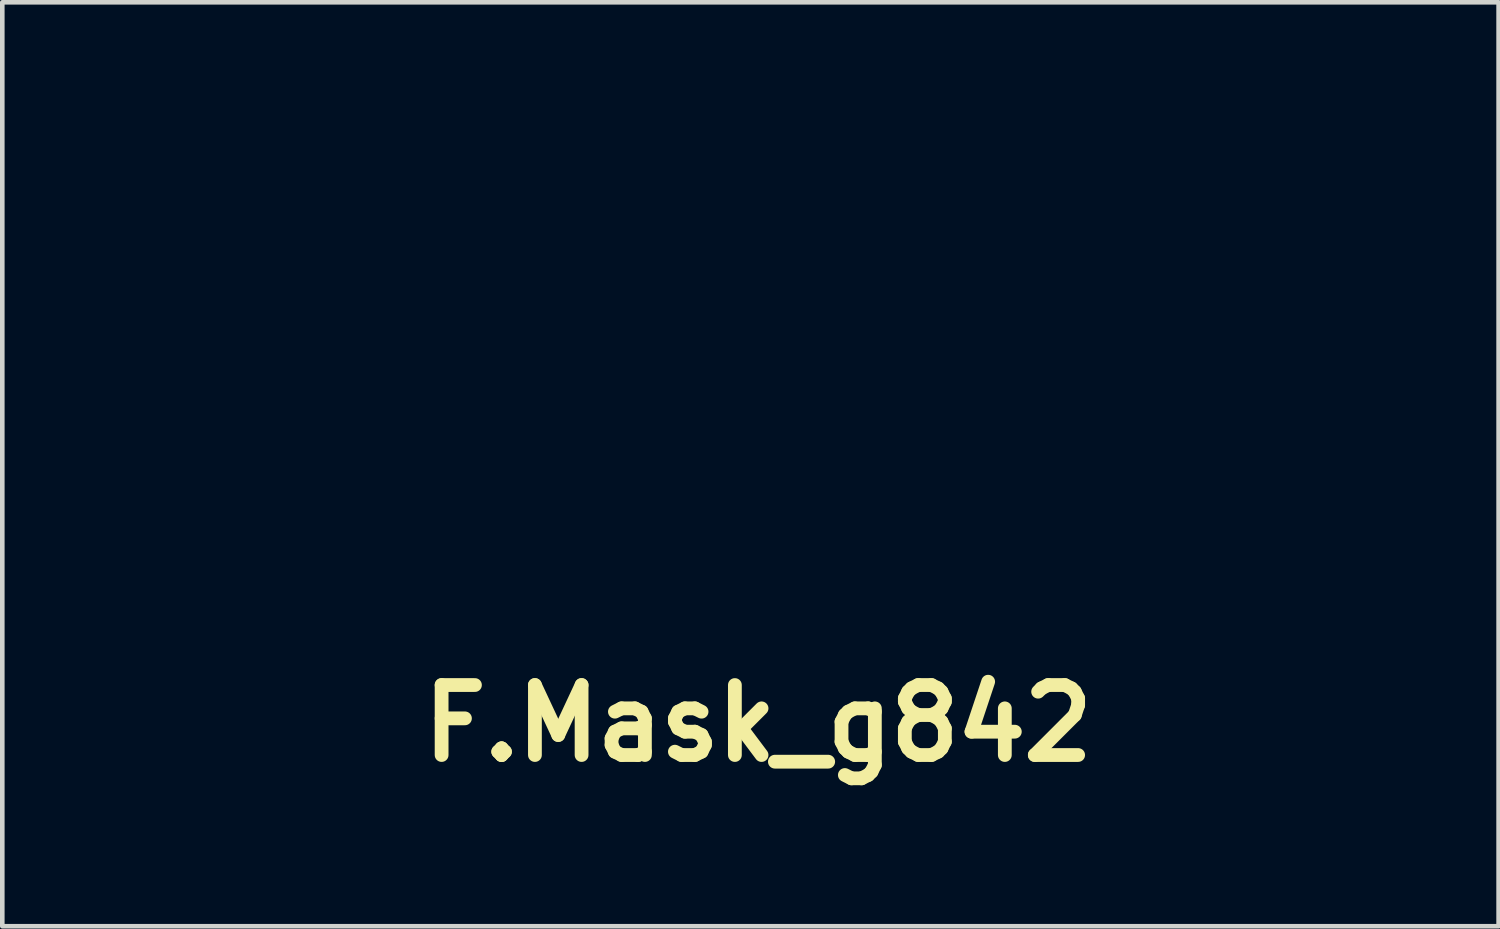
<source format=kicad_pcb>
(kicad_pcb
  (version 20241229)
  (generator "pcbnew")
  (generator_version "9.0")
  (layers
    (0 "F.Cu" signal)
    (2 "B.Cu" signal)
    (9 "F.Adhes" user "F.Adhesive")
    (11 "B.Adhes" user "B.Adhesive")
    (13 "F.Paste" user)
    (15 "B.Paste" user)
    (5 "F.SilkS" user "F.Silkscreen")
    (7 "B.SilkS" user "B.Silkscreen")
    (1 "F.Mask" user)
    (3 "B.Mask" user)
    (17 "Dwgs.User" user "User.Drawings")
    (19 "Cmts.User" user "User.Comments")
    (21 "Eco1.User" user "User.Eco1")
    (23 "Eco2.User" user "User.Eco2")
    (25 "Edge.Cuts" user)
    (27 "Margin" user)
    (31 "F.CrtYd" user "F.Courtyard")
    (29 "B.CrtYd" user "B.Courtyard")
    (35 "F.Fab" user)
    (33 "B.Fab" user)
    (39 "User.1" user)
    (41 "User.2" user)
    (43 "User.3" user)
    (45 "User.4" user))
  (footprint "F.Mask_g842"
    (layer "F.Cu")
    (at 13.461 12.702)
    (property "Reference" "F.Mask_g842" (at 0 0 0) (layer "F.SilkS") (effects (font (size 1.524 1.524) (thickness 0.3))))
    (attr through_hole)
    (fp_poly (pts (xy 13.071 -4.278) (xy 13.085 -4.212) (xy 13.108 -4.023) (xy 13.118 -3.781) (xy 13.116 -3.514) (xy 13.101 -3.254) (xy 13.075 -3.029) (xy 13.062 -2.958) (xy 12.946 -2.584) (xy 12.769 -2.267) (xy 12.533 -2.009) (xy 12.243 -1.813) (xy 11.9 -1.683) (xy 11.873 -1.677) (xy 11.631 -1.631) (xy 11.354 -1.6) (xy 11.081 -1.586) (xy 10.858 -1.593) (xy 10.621 -1.623) (xy 10.347 -1.672) (xy 10.051 -1.734) (xy 9.748 -1.807) (xy 9.454 -1.885) (xy 9.183 -1.966) (xy 8.95 -2.044) (xy 8.77 -2.117) (xy 8.658 -2.18) (xy 8.655 -2.182) (xy 8.598 -2.23) (xy 8.608 -2.238) (xy 8.657 -2.227) (xy 8.932 -2.176) (xy 9.261 -2.141) (xy 9.623 -2.124) (xy 9.996 -2.123) (xy 10.359 -2.139) (xy 10.69 -2.172) (xy 10.967 -2.221) (xy 11.048 -2.242) (xy 11.47 -2.395) (xy 11.836 -2.595) (xy 12.17 -2.858) (xy 12.279 -2.961) (xy 12.561 -3.287) (xy 12.782 -3.635) (xy 12.933 -3.989) (xy 12.955 -4.064) (xy 13 -4.225) (xy 13.03 -4.31) (xy 13.052 -4.325) (xy 13.071 -4.278)) (stroke (width 0.01) (type solid)) (fill yes) (layer "F.Mask"))
    (fp_poly (pts (xy -13.364 -4.277) (xy -13.326 -4.154) (xy -13.318 -4.13) (xy -13.145 -3.688) (xy -12.906 -3.287) (xy -12.607 -2.938) (xy -12.256 -2.648) (xy -11.938 -2.462) (xy -11.681 -2.345) (xy -11.448 -2.259) (xy -11.215 -2.199) (xy -10.959 -2.16) (xy -10.654 -2.136) (xy -10.468 -2.128) (xy -10.187 -2.124) (xy -9.892 -2.13) (xy -9.603 -2.146) (xy -9.34 -2.169) (xy -9.123 -2.198) (xy -8.979 -2.23) (xy -8.946 -2.231) (xy -8.984 -2.192) (xy -8.994 -2.183) (xy -9.079 -2.136) (xy -9.229 -2.075) (xy -9.428 -2.003) (xy -9.659 -1.928) (xy -9.906 -1.853) (xy -10.152 -1.785) (xy -10.38 -1.728) (xy -10.541 -1.693) (xy -10.923 -1.633) (xy -11.291 -1.598) (xy -11.625 -1.59) (xy -11.901 -1.61) (xy -11.915 -1.612) (xy -12.317 -1.704) (xy -12.655 -1.851) (xy -12.931 -2.055) (xy -13.149 -2.319) (xy -13.312 -2.644) (xy -13.398 -2.931) (xy -13.425 -3.094) (xy -13.443 -3.31) (xy -13.454 -3.555) (xy -13.456 -3.802) (xy -13.449 -4.027) (xy -13.432 -4.203) (xy -13.423 -4.255) (xy -13.405 -4.318) (xy -13.388 -4.329) (xy -13.364 -4.277)) (stroke (width 0.01) (type solid)) (fill yes) (layer "F.Mask"))
    (fp_poly (pts (xy -0.569 -7.595) (xy -0.476 -7.585) (xy -0.146 -7.564) (xy 0.129 -7.581) (xy 0.461 -7.597) (xy 0.841 -7.574) (xy 1.245 -7.514) (xy 1.648 -7.422) (xy 2.024 -7.301) (xy 2.073 -7.282) (xy 2.221 -7.219) (xy 2.389 -7.142) (xy 2.56 -7.059) (xy 2.718 -6.978) (xy 2.847 -6.908) (xy 2.93 -6.856) (xy 2.951 -6.832) (xy 2.903 -6.828) (xy 2.791 -6.836) (xy 2.636 -6.854) (xy 2.555 -6.865) (xy 2.357 -6.886) (xy 2.1 -6.902) (xy 1.801 -6.912) (xy 1.479 -6.918) (xy 1.151 -6.919) (xy 0.834 -6.915) (xy 0.546 -6.905) (xy 0.304 -6.891) (xy 0.127 -6.871) (xy 0.106 -6.867) (xy -0.116 -6.837) (xy -0.299 -6.84) (xy -0.402 -6.857) (xy -0.634 -6.892) (xy -0.931 -6.915) (xy -1.277 -6.928) (xy -1.653 -6.931) (xy -2.041 -6.922) (xy -2.423 -6.904) (xy -2.782 -6.876) (xy -3.099 -6.837) (xy -3.143 -6.83) (xy -3.245 -6.821) (xy -3.299 -6.829) (xy -3.302 -6.834) (xy -3.265 -6.868) (xy -3.164 -6.927) (xy -3.015 -7.002) (xy -2.831 -7.088) (xy -2.629 -7.177) (xy -2.423 -7.264) (xy -2.228 -7.341) (xy -2.06 -7.401) (xy -1.985 -7.424) (xy -1.618 -7.513) (xy -1.243 -7.572) (xy -0.885 -7.601) (xy -0.569 -7.595)) (stroke (width 0.01) (type solid)) (fill yes) (layer "F.Mask"))
    (fp_poly (pts (xy 0.814 -3.045) (xy 1.204 -2.99) (xy 1.595 -2.905) (xy 1.962 -2.794) (xy 2.071 -2.753) (xy 2.22 -2.69) (xy 2.388 -2.613) (xy 2.559 -2.53) (xy 2.718 -2.449) (xy 2.846 -2.378) (xy 2.929 -2.326) (xy 2.951 -2.302) (xy 2.903 -2.299) (xy 2.791 -2.306) (xy 2.636 -2.324) (xy 2.555 -2.335) (xy 2.346 -2.357) (xy 2.077 -2.373) (xy 1.766 -2.384) (xy 1.432 -2.389) (xy 1.094 -2.388) (xy 0.77 -2.382) (xy 0.48 -2.37) (xy 0.241 -2.353) (xy 0.106 -2.336) (xy -0.108 -2.307) (xy -0.27 -2.303) (xy -0.41 -2.323) (xy -0.423 -2.326) (xy -0.62 -2.36) (xy -0.885 -2.384) (xy -1.201 -2.398) (xy -1.551 -2.402) (xy -1.919 -2.397) (xy -2.288 -2.382) (xy -2.642 -2.358) (xy -2.964 -2.326) (xy -3.143 -2.301) (xy -3.245 -2.291) (xy -3.299 -2.299) (xy -3.302 -2.304) (xy -3.265 -2.339) (xy -3.164 -2.397) (xy -3.014 -2.472) (xy -2.831 -2.558) (xy -2.628 -2.648) (xy -2.422 -2.734) (xy -2.227 -2.811) (xy -2.059 -2.872) (xy -1.983 -2.895) (xy -1.623 -2.981) (xy -1.247 -3.039) (xy -0.884 -3.067) (xy -0.561 -3.061) (xy -0.476 -3.053) (xy -0.197 -3.035) (xy 0.086 -3.046) (xy 0.134 -3.052) (xy 0.449 -3.067) (xy 0.814 -3.045)) (stroke (width 0.01) (type solid)) (fill yes) (layer "F.Mask"))
    (fp_poly (pts (xy 9.546 -12.678) (xy 9.819 -12.675) (xy 10.033 -12.664) (xy 10.211 -12.644) (xy 10.378 -12.611) (xy 10.488 -12.583) (xy 10.847 -12.468) (xy 11.233 -12.315) (xy 11.607 -12.141) (xy 11.888 -11.988) (xy 12.035 -11.896) (xy 12.197 -11.785) (xy 12.362 -11.666) (xy 12.516 -11.55) (xy 12.644 -11.447) (xy 12.734 -11.367) (xy 12.771 -11.321) (xy 12.77 -11.316) (xy 12.722 -11.314) (xy 12.612 -11.328) (xy 12.462 -11.353) (xy 12.418 -11.362) (xy 11.923 -11.44) (xy 11.372 -11.491) (xy 10.791 -11.513) (xy 10.204 -11.506) (xy 9.673 -11.472) (xy 9.355 -11.439) (xy 9.098 -11.403) (xy 8.881 -11.358) (xy 8.681 -11.301) (xy 8.474 -11.225) (xy 8.382 -11.187) (xy 7.719 -10.864) (xy 7.077 -10.465) (xy 6.466 -9.998) (xy 5.893 -9.469) (xy 5.366 -8.886) (xy 4.894 -8.256) (xy 4.514 -7.641) (xy 4.397 -7.423) (xy 4.277 -7.185) (xy 4.172 -6.963) (xy 4.126 -6.858) (xy 3.974 -6.498) (xy 3.995 -6.985) (xy 4.06 -7.552) (xy 4.206 -8.122) (xy 4.435 -8.697) (xy 4.747 -9.279) (xy 4.93 -9.566) (xy 5.331 -10.105) (xy 5.798 -10.625) (xy 6.316 -11.115) (xy 6.873 -11.564) (xy 7.454 -11.961) (xy 8.047 -12.295) (xy 8.57 -12.529) (xy 8.726 -12.589) (xy 8.85 -12.63) (xy 8.965 -12.656) (xy 9.092 -12.671) (xy 9.254 -12.677) (xy 9.472 -12.678) (xy 9.546 -12.678)) (stroke (width 0.01) (type solid)) (fill yes) (layer "F.Mask"))
    (fp_poly (pts (xy 0 -5.318) (xy 0.339 -5.313) (xy 0.606 -5.307) (xy 0.817 -5.299) (xy 0.985 -5.288) (xy 1.124 -5.273) (xy 1.247 -5.252) (xy 1.37 -5.225) (xy 1.485 -5.196) (xy 1.707 -5.132) (xy 1.943 -5.055) (xy 2.151 -4.979) (xy 2.204 -4.957) (xy 2.364 -4.886) (xy 2.532 -4.806) (xy 2.692 -4.724) (xy 2.827 -4.649) (xy 2.921 -4.591) (xy 2.958 -4.558) (xy 2.957 -4.555) (xy 2.911 -4.555) (xy 2.8 -4.564) (xy 2.641 -4.58) (xy 2.498 -4.597) (xy 2.253 -4.619) (xy 1.958 -4.636) (xy 1.633 -4.646) (xy 1.294 -4.65) (xy 0.961 -4.648) (xy 0.651 -4.64) (xy 0.384 -4.626) (xy 0.177 -4.605) (xy 0.129 -4.598) (xy -0.122 -4.567) (xy -0.304 -4.575) (xy -0.337 -4.582) (xy -0.477 -4.606) (xy -0.684 -4.624) (xy -0.942 -4.637) (xy -1.238 -4.644) (xy -1.557 -4.646) (xy -1.886 -4.643) (xy -2.21 -4.636) (xy -2.516 -4.623) (xy -2.788 -4.607) (xy -3.013 -4.586) (xy -3.177 -4.561) (xy -3.245 -4.543) (xy -3.295 -4.545) (xy -3.302 -4.561) (xy -3.265 -4.597) (xy -3.164 -4.657) (xy -3.015 -4.734) (xy -2.832 -4.821) (xy -2.63 -4.912) (xy -2.424 -4.998) (xy -2.23 -5.074) (xy -2.063 -5.132) (xy -2.053 -5.135) (xy -1.849 -5.195) (xy -1.651 -5.241) (xy -1.447 -5.275) (xy -1.221 -5.299) (xy -0.961 -5.314) (xy -0.653 -5.321) (xy -0.283 -5.321) (xy 0 -5.318)) (stroke (width 0.01) (type solid)) (fill yes) (layer "F.Mask"))
    (fp_poly (pts (xy -9.468 -12.687) (xy -9.346 -12.664) (xy -9.208 -12.624) (xy -9.072 -12.579) (xy -8.507 -12.352) (xy -7.936 -12.051) (xy -7.371 -11.685) (xy -6.822 -11.262) (xy -6.302 -10.792) (xy -5.82 -10.284) (xy -5.389 -9.745) (xy -5.297 -9.617) (xy -5.119 -9.338) (xy -4.939 -9.011) (xy -4.767 -8.661) (xy -4.618 -8.315) (xy -4.503 -7.998) (xy -4.466 -7.874) (xy -4.432 -7.726) (xy -4.399 -7.54) (xy -4.368 -7.332) (xy -4.342 -7.118) (xy -4.322 -6.915) (xy -4.309 -6.738) (xy -4.306 -6.604) (xy -4.314 -6.53) (xy -4.322 -6.52) (xy -4.344 -6.557) (xy -4.39 -6.656) (xy -4.452 -6.8) (xy -4.5 -6.916) (xy -4.643 -7.23) (xy -4.83 -7.585) (xy -5.051 -7.961) (xy -5.292 -8.338) (xy -5.442 -8.556) (xy -5.605 -8.766) (xy -5.819 -9.012) (xy -6.07 -9.281) (xy -6.342 -9.556) (xy -6.62 -9.822) (xy -6.888 -10.065) (xy -7.132 -10.27) (xy -7.281 -10.383) (xy -7.521 -10.542) (xy -7.798 -10.708) (xy -8.097 -10.872) (xy -8.399 -11.026) (xy -8.689 -11.161) (xy -8.95 -11.27) (xy -9.166 -11.345) (xy -9.25 -11.366) (xy -9.721 -11.441) (xy -10.249 -11.49) (xy -10.811 -11.511) (xy -11.382 -11.506) (xy -11.94 -11.473) (xy -12.462 -11.413) (xy -12.756 -11.362) (xy -12.914 -11.333) (xy -13.036 -11.316) (xy -13.102 -11.313) (xy -13.108 -11.316) (xy -13.088 -11.351) (xy -13.012 -11.423) (xy -12.891 -11.522) (xy -12.74 -11.636) (xy -12.57 -11.757) (xy -12.397 -11.875) (xy -12.257 -11.963) (xy -11.723 -12.253) (xy -11.201 -12.466) (xy -10.676 -12.607) (xy -10.137 -12.68) (xy -9.991 -12.688) (xy -9.765 -12.696) (xy -9.599 -12.697) (xy -9.468 -12.687)) (stroke (width 0.01) (type solid)) (fill yes) (layer "F.Mask")))
  (gr_rect
    (start -3 -3)
    (end 29.584 17.12)
    (stroke (width 0.1) (type default))
    (fill no)
    (layer "Edge.Cuts")))
</source>
